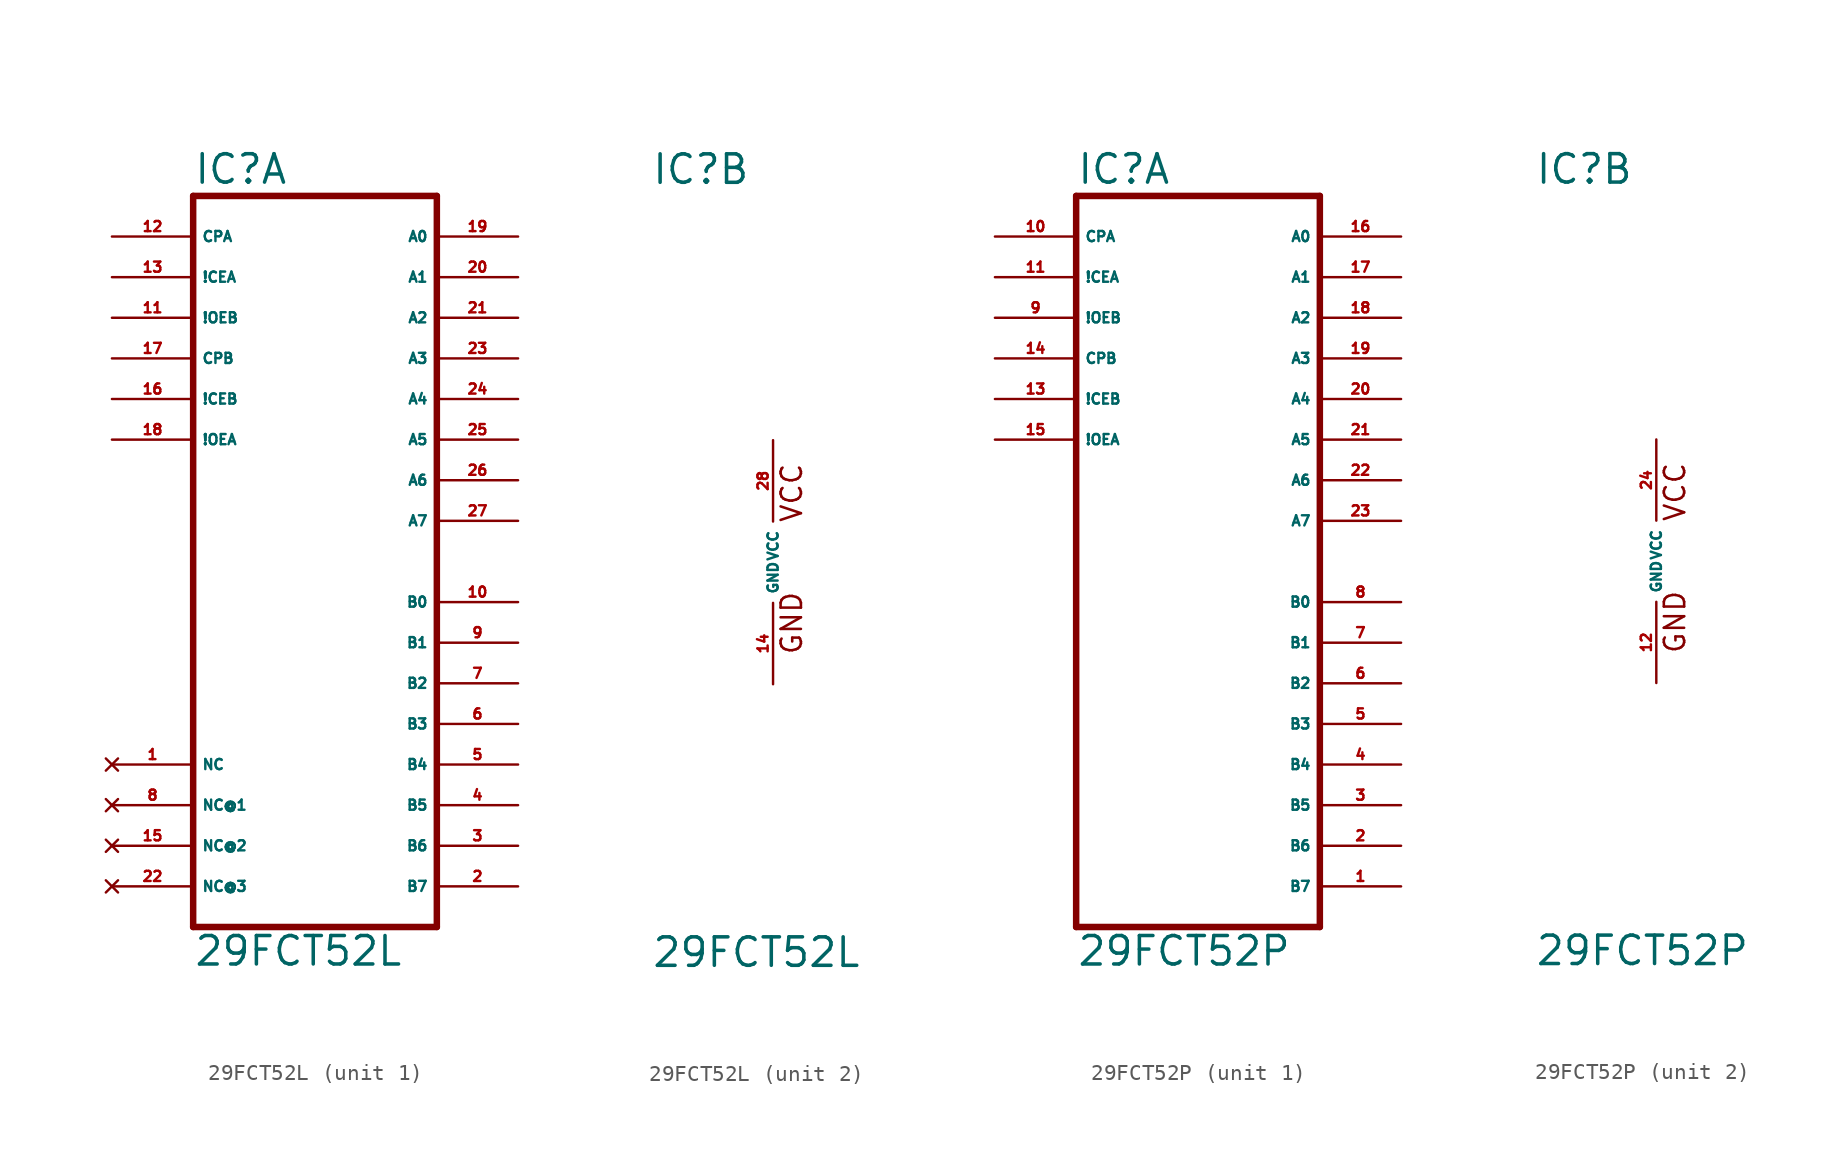
<source format=kicad_sym>
(kicad_symbol_lib
  (version 20220914)
  (generator Eagle2Kicad)
  (symbol "29FCT52L"
    (property "Reference" "IC"
      (at -7.62 23.495 0)
      (effects (font (size 1.778 1.778) (thickness 0.22)) (justify left bottom)))
    (property "Value" "29FCT52L"
      (at -7.62 -25.4 0)
      (effects (font (size 1.778 1.778) (thickness 0.22)) (justify left bottom)))
    (symbol "29FCT52L_1_0"
      (polyline (pts (xy -7.62 -22.86) (xy 7.62 -22.86)) (stroke (width 0.406) (type default)) (fill (type none)))
      (polyline (pts (xy 7.62 -22.86) (xy 7.62 22.86)) (stroke (width 0.406) (type default)) (fill (type none)))
      (polyline (pts (xy 7.62 22.86) (xy -7.62 22.86)) (stroke (width 0.406) (type default)) (fill (type none)))
      (polyline (pts (xy -7.62 22.86) (xy -7.62 -22.86)) (stroke (width 0.406) (type default)) (fill (type none)))
      (pin bidirectional line (at 12.7 20.32 180) (length 5.08) (name "A0" (effects (font (size 0.635 0.635) (thickness 0.08)) (justify left bottom))) (number "19" (effects (font (size 0.635 0.635) (thickness 0.08)) (justify left bottom))))
      (pin bidirectional line (at 12.7 17.78 180) (length 5.08) (name "A1" (effects (font (size 0.635 0.635) (thickness 0.08)) (justify left bottom))) (number "20" (effects (font (size 0.635 0.635) (thickness 0.08)) (justify left bottom))))
      (pin bidirectional line (at 12.7 15.24 180) (length 5.08) (name "A2" (effects (font (size 0.635 0.635) (thickness 0.08)) (justify left bottom))) (number "21" (effects (font (size 0.635 0.635) (thickness 0.08)) (justify left bottom))))
      (pin bidirectional line (at 12.7 12.7 180) (length 5.08) (name "A3" (effects (font (size 0.635 0.635) (thickness 0.08)) (justify left bottom))) (number "23" (effects (font (size 0.635 0.635) (thickness 0.08)) (justify left bottom))))
      (pin bidirectional line (at 12.7 10.16 180) (length 5.08) (name "A4" (effects (font (size 0.635 0.635) (thickness 0.08)) (justify left bottom))) (number "24" (effects (font (size 0.635 0.635) (thickness 0.08)) (justify left bottom))))
      (pin bidirectional line (at 12.7 7.62 180) (length 5.08) (name "A5" (effects (font (size 0.635 0.635) (thickness 0.08)) (justify left bottom))) (number "25" (effects (font (size 0.635 0.635) (thickness 0.08)) (justify left bottom))))
      (pin bidirectional line (at 12.7 5.08 180) (length 5.08) (name "A6" (effects (font (size 0.635 0.635) (thickness 0.08)) (justify left bottom))) (number "26" (effects (font (size 0.635 0.635) (thickness 0.08)) (justify left bottom))))
      (pin bidirectional line (at 12.7 2.54 180) (length 5.08) (name "A7" (effects (font (size 0.635 0.635) (thickness 0.08)) (justify left bottom))) (number "27" (effects (font (size 0.635 0.635) (thickness 0.08)) (justify left bottom))))
      (pin bidirectional line (at 12.7 -2.54 180) (length 5.08) (name "B0" (effects (font (size 0.635 0.635) (thickness 0.08)) (justify left bottom))) (number "10" (effects (font (size 0.635 0.635) (thickness 0.08)) (justify left bottom))))
      (pin bidirectional line (at 12.7 -5.08 180) (length 5.08) (name "B1" (effects (font (size 0.635 0.635) (thickness 0.08)) (justify left bottom))) (number "9" (effects (font (size 0.635 0.635) (thickness 0.08)) (justify left bottom))))
      (pin bidirectional line (at 12.7 -7.62 180) (length 5.08) (name "B2" (effects (font (size 0.635 0.635) (thickness 0.08)) (justify left bottom))) (number "7" (effects (font (size 0.635 0.635) (thickness 0.08)) (justify left bottom))))
      (pin bidirectional line (at 12.7 -10.16 180) (length 5.08) (name "B3" (effects (font (size 0.635 0.635) (thickness 0.08)) (justify left bottom))) (number "6" (effects (font (size 0.635 0.635) (thickness 0.08)) (justify left bottom))))
      (pin bidirectional line (at 12.7 -12.7 180) (length 5.08) (name "B4" (effects (font (size 0.635 0.635) (thickness 0.08)) (justify left bottom))) (number "5" (effects (font (size 0.635 0.635) (thickness 0.08)) (justify left bottom))))
      (pin bidirectional line (at 12.7 -15.24 180) (length 5.08) (name "B5" (effects (font (size 0.635 0.635) (thickness 0.08)) (justify left bottom))) (number "4" (effects (font (size 0.635 0.635) (thickness 0.08)) (justify left bottom))))
      (pin bidirectional line (at 12.7 -17.78 180) (length 5.08) (name "B6" (effects (font (size 0.635 0.635) (thickness 0.08)) (justify left bottom))) (number "3" (effects (font (size 0.635 0.635) (thickness 0.08)) (justify left bottom))))
      (pin bidirectional line (at 12.7 -20.32 180) (length 5.08) (name "B7" (effects (font (size 0.635 0.635) (thickness 0.08)) (justify left bottom))) (number "2" (effects (font (size 0.635 0.635) (thickness 0.08)) (justify left bottom))))
      (pin input line (at -12.7 7.62 0) (length 5.08) (name "!OEA" (effects (font (size 0.635 0.635) (thickness 0.08)) (justify left bottom))) (number "18" (effects (font (size 0.635 0.635) (thickness 0.08)) (justify left bottom))))
      (pin input line (at -12.7 10.16 0) (length 5.08) (name "!CEB" (effects (font (size 0.635 0.635) (thickness 0.08)) (justify left bottom))) (number "16" (effects (font (size 0.635 0.635) (thickness 0.08)) (justify left bottom))))
      (pin input line (at -12.7 12.7 0) (length 5.08) (name "CPB" (effects (font (size 0.635 0.635) (thickness 0.08)) (justify left bottom))) (number "17" (effects (font (size 0.635 0.635) (thickness 0.08)) (justify left bottom))))
      (pin input line (at -12.7 15.24 0) (length 5.08) (name "!OEB" (effects (font (size 0.635 0.635) (thickness 0.08)) (justify left bottom))) (number "11" (effects (font (size 0.635 0.635) (thickness 0.08)) (justify left bottom))))
      (pin input line (at -12.7 17.78 0) (length 5.08) (name "!CEA" (effects (font (size 0.635 0.635) (thickness 0.08)) (justify left bottom))) (number "13" (effects (font (size 0.635 0.635) (thickness 0.08)) (justify left bottom))))
      (pin input line (at -12.7 20.32 0) (length 5.08) (name "CPA" (effects (font (size 0.635 0.635) (thickness 0.08)) (justify left bottom))) (number "12" (effects (font (size 0.635 0.635) (thickness 0.08)) (justify left bottom))))
      (pin no_connect line (at -12.7 -20.32 0) (length 5.08) (name "NC@3" (effects (font (size 0.635 0.635) (thickness 0.08)) (justify left bottom) hide)) (number "22" (effects (font (size 0.635 0.635) (thickness 0.08)) (justify left bottom) hide)))
      (pin no_connect line (at -12.7 -17.78 0) (length 5.08) (name "NC@2" (effects (font (size 0.635 0.635) (thickness 0.08)) (justify left bottom) hide)) (number "15" (effects (font (size 0.635 0.635) (thickness 0.08)) (justify left bottom) hide)))
      (pin no_connect line (at -12.7 -15.24 0) (length 5.08) (name "NC@1" (effects (font (size 0.635 0.635) (thickness 0.08)) (justify left bottom) hide)) (number "8" (effects (font (size 0.635 0.635) (thickness 0.08)) (justify left bottom) hide)))
      (pin no_connect line (at -12.7 -12.7 0) (length 5.08) (name "NC" (effects (font (size 0.635 0.635) (thickness 0.08)) (justify left bottom) hide)) (number "1" (effects (font (size 0.635 0.635) (thickness 0.08)) (justify left bottom) hide))))
    (symbol "29FCT52L_2_0"
      (text "GND" (at 1.905 -5.842 900) (effects (font (size 1.27 1.27) (thickness 0.16)) (justify left bottom)))
      (text "VCC" (at 1.905 2.413 900) (effects (font (size 1.27 1.27) (thickness 0.16)) (justify left bottom)))
      (pin unspecified line (at 0 7.62 270) (length 5.08) (name "VCC" (effects (font (size 0.635 0.635) (thickness 0.08)) (justify left bottom))) (number "28" (effects (font (size 0.635 0.635) (thickness 0.08)) (justify left bottom))))
      (pin unspecified line (at 0 -7.62 90) (length 5.08) (name "GND" (effects (font (size 0.635 0.635) (thickness 0.08)) (justify left bottom))) (number "14" (effects (font (size 0.635 0.635) (thickness 0.08)) (justify left bottom))))))
  (symbol "29FCT52P"
    (property "Reference" "IC"
      (at -7.62 23.495 0)
      (effects (font (size 1.778 1.778) (thickness 0.22)) (justify left bottom)))
    (property "Value" "29FCT52P"
      (at -7.62 -25.4 0)
      (effects (font (size 1.778 1.778) (thickness 0.22)) (justify left bottom)))
    (symbol "29FCT52P_1_0"
      (polyline (pts (xy -7.62 -22.86) (xy 7.62 -22.86)) (stroke (width 0.406) (type default)) (fill (type none)))
      (polyline (pts (xy 7.62 -22.86) (xy 7.62 22.86)) (stroke (width 0.406) (type default)) (fill (type none)))
      (polyline (pts (xy 7.62 22.86) (xy -7.62 22.86)) (stroke (width 0.406) (type default)) (fill (type none)))
      (polyline (pts (xy -7.62 22.86) (xy -7.62 -22.86)) (stroke (width 0.406) (type default)) (fill (type none)))
      (pin bidirectional line (at 12.7 20.32 180) (length 5.08) (name "A0" (effects (font (size 0.635 0.635) (thickness 0.08)) (justify left bottom))) (number "16" (effects (font (size 0.635 0.635) (thickness 0.08)) (justify left bottom))))
      (pin bidirectional line (at 12.7 17.78 180) (length 5.08) (name "A1" (effects (font (size 0.635 0.635) (thickness 0.08)) (justify left bottom))) (number "17" (effects (font (size 0.635 0.635) (thickness 0.08)) (justify left bottom))))
      (pin bidirectional line (at 12.7 15.24 180) (length 5.08) (name "A2" (effects (font (size 0.635 0.635) (thickness 0.08)) (justify left bottom))) (number "18" (effects (font (size 0.635 0.635) (thickness 0.08)) (justify left bottom))))
      (pin bidirectional line (at 12.7 12.7 180) (length 5.08) (name "A3" (effects (font (size 0.635 0.635) (thickness 0.08)) (justify left bottom))) (number "19" (effects (font (size 0.635 0.635) (thickness 0.08)) (justify left bottom))))
      (pin bidirectional line (at 12.7 10.16 180) (length 5.08) (name "A4" (effects (font (size 0.635 0.635) (thickness 0.08)) (justify left bottom))) (number "20" (effects (font (size 0.635 0.635) (thickness 0.08)) (justify left bottom))))
      (pin bidirectional line (at 12.7 7.62 180) (length 5.08) (name "A5" (effects (font (size 0.635 0.635) (thickness 0.08)) (justify left bottom))) (number "21" (effects (font (size 0.635 0.635) (thickness 0.08)) (justify left bottom))))
      (pin bidirectional line (at 12.7 5.08 180) (length 5.08) (name "A6" (effects (font (size 0.635 0.635) (thickness 0.08)) (justify left bottom))) (number "22" (effects (font (size 0.635 0.635) (thickness 0.08)) (justify left bottom))))
      (pin bidirectional line (at 12.7 2.54 180) (length 5.08) (name "A7" (effects (font (size 0.635 0.635) (thickness 0.08)) (justify left bottom))) (number "23" (effects (font (size 0.635 0.635) (thickness 0.08)) (justify left bottom))))
      (pin bidirectional line (at 12.7 -2.54 180) (length 5.08) (name "B0" (effects (font (size 0.635 0.635) (thickness 0.08)) (justify left bottom))) (number "8" (effects (font (size 0.635 0.635) (thickness 0.08)) (justify left bottom))))
      (pin bidirectional line (at 12.7 -5.08 180) (length 5.08) (name "B1" (effects (font (size 0.635 0.635) (thickness 0.08)) (justify left bottom))) (number "7" (effects (font (size 0.635 0.635) (thickness 0.08)) (justify left bottom))))
      (pin bidirectional line (at 12.7 -7.62 180) (length 5.08) (name "B2" (effects (font (size 0.635 0.635) (thickness 0.08)) (justify left bottom))) (number "6" (effects (font (size 0.635 0.635) (thickness 0.08)) (justify left bottom))))
      (pin bidirectional line (at 12.7 -10.16 180) (length 5.08) (name "B3" (effects (font (size 0.635 0.635) (thickness 0.08)) (justify left bottom))) (number "5" (effects (font (size 0.635 0.635) (thickness 0.08)) (justify left bottom))))
      (pin bidirectional line (at 12.7 -12.7 180) (length 5.08) (name "B4" (effects (font (size 0.635 0.635) (thickness 0.08)) (justify left bottom))) (number "4" (effects (font (size 0.635 0.635) (thickness 0.08)) (justify left bottom))))
      (pin bidirectional line (at 12.7 -15.24 180) (length 5.08) (name "B5" (effects (font (size 0.635 0.635) (thickness 0.08)) (justify left bottom))) (number "3" (effects (font (size 0.635 0.635) (thickness 0.08)) (justify left bottom))))
      (pin bidirectional line (at 12.7 -17.78 180) (length 5.08) (name "B6" (effects (font (size 0.635 0.635) (thickness 0.08)) (justify left bottom))) (number "2" (effects (font (size 0.635 0.635) (thickness 0.08)) (justify left bottom))))
      (pin bidirectional line (at 12.7 -20.32 180) (length 5.08) (name "B7" (effects (font (size 0.635 0.635) (thickness 0.08)) (justify left bottom))) (number "1" (effects (font (size 0.635 0.635) (thickness 0.08)) (justify left bottom))))
      (pin input line (at -12.7 7.62 0) (length 5.08) (name "!OEA" (effects (font (size 0.635 0.635) (thickness 0.08)) (justify left bottom))) (number "15" (effects (font (size 0.635 0.635) (thickness 0.08)) (justify left bottom))))
      (pin input line (at -12.7 10.16 0) (length 5.08) (name "!CEB" (effects (font (size 0.635 0.635) (thickness 0.08)) (justify left bottom))) (number "13" (effects (font (size 0.635 0.635) (thickness 0.08)) (justify left bottom))))
      (pin input line (at -12.7 12.7 0) (length 5.08) (name "CPB" (effects (font (size 0.635 0.635) (thickness 0.08)) (justify left bottom))) (number "14" (effects (font (size 0.635 0.635) (thickness 0.08)) (justify left bottom))))
      (pin input line (at -12.7 15.24 0) (length 5.08) (name "!OEB" (effects (font (size 0.635 0.635) (thickness 0.08)) (justify left bottom))) (number "9" (effects (font (size 0.635 0.635) (thickness 0.08)) (justify left bottom))))
      (pin input line (at -12.7 17.78 0) (length 5.08) (name "!CEA" (effects (font (size 0.635 0.635) (thickness 0.08)) (justify left bottom))) (number "11" (effects (font (size 0.635 0.635) (thickness 0.08)) (justify left bottom))))
      (pin input line (at -12.7 20.32 0) (length 5.08) (name "CPA" (effects (font (size 0.635 0.635) (thickness 0.08)) (justify left bottom))) (number "10" (effects (font (size 0.635 0.635) (thickness 0.08)) (justify left bottom)))))
    (symbol "29FCT52P_2_0"
      (text "GND" (at 1.905 -5.842 900) (effects (font (size 1.27 1.27) (thickness 0.16)) (justify left bottom)))
      (text "VCC" (at 1.905 2.413 900) (effects (font (size 1.27 1.27) (thickness 0.16)) (justify left bottom)))
      (pin unspecified line (at 0 7.62 270) (length 5.08) (name "VCC" (effects (font (size 0.635 0.635) (thickness 0.08)) (justify left bottom))) (number "24" (effects (font (size 0.635 0.635) (thickness 0.08)) (justify left bottom))))
      (pin unspecified line (at 0 -7.62 90) (length 5.08) (name "GND" (effects (font (size 0.635 0.635) (thickness 0.08)) (justify left bottom))) (number "12" (effects (font (size 0.635 0.635) (thickness 0.08)) (justify left bottom)))))))
</source>
